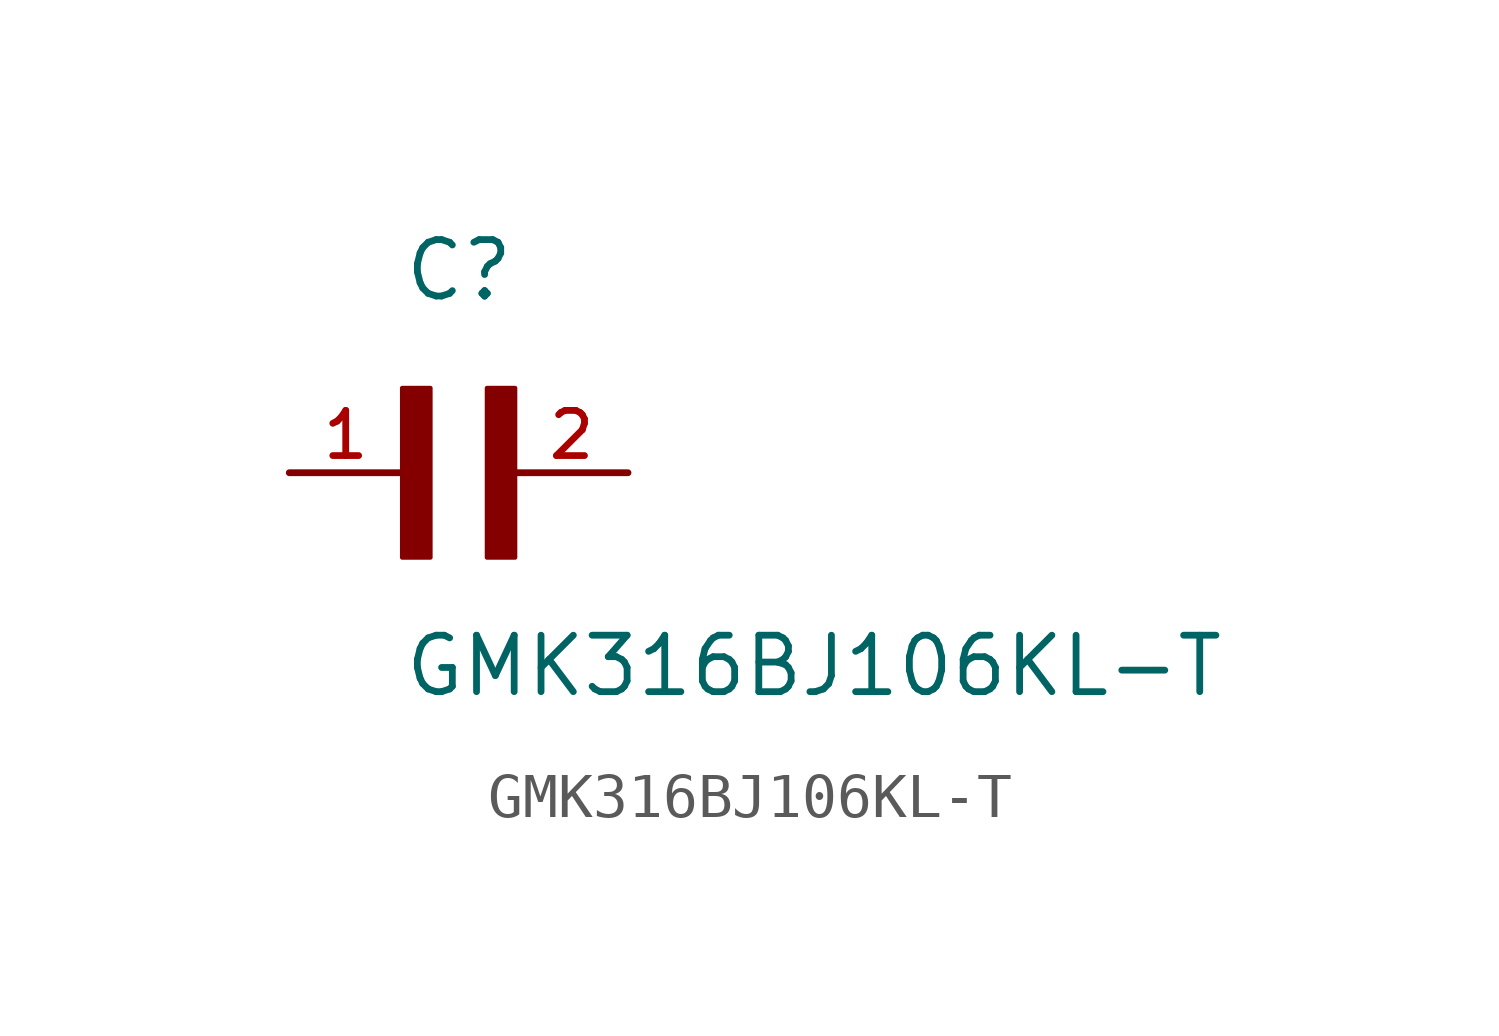
<source format=kicad_sym>
(kicad_symbol_lib
  (version 20211014)
  (generator kicad_symbol_editor)
  (symbol "GMK316BJ106KL-T"
    (pin_names
      (offset 1.016))
    (property "Reference" "C"
      (at 0.0 3.811 0)
      (effects (font (size 1.27 1.27)) (justify bottom left)))
    (property "Value" "GMK316BJ106KL-T"
      (at 0.0 -5.088 0)
      (effects (font (size 1.27 1.27)) (justify bottom left)))
    (symbol "GMK316BJ106KL-T_0_0"
      (rectangle (start 0.0 -1.907) (end 0.635 1.905) (stroke (width 0.1)) (fill (type outline)))
      (rectangle (start 1.907 -1.907) (end 2.54 1.905) (stroke (width 0.1)) (fill (type outline)))
      (pin passive line (at 5.08 0.0 180.0) (length 2.54) (name "~" (effects (font (size 1.016 1.016)))) (number "2" (effects (font (size 1.016 1.016)))))
      (pin passive line (at -2.54 0.0 0) (length 2.54) (name "~" (effects (font (size 1.016 1.016)))) (number "1" (effects (font (size 1.016 1.016))))))))
</source>
